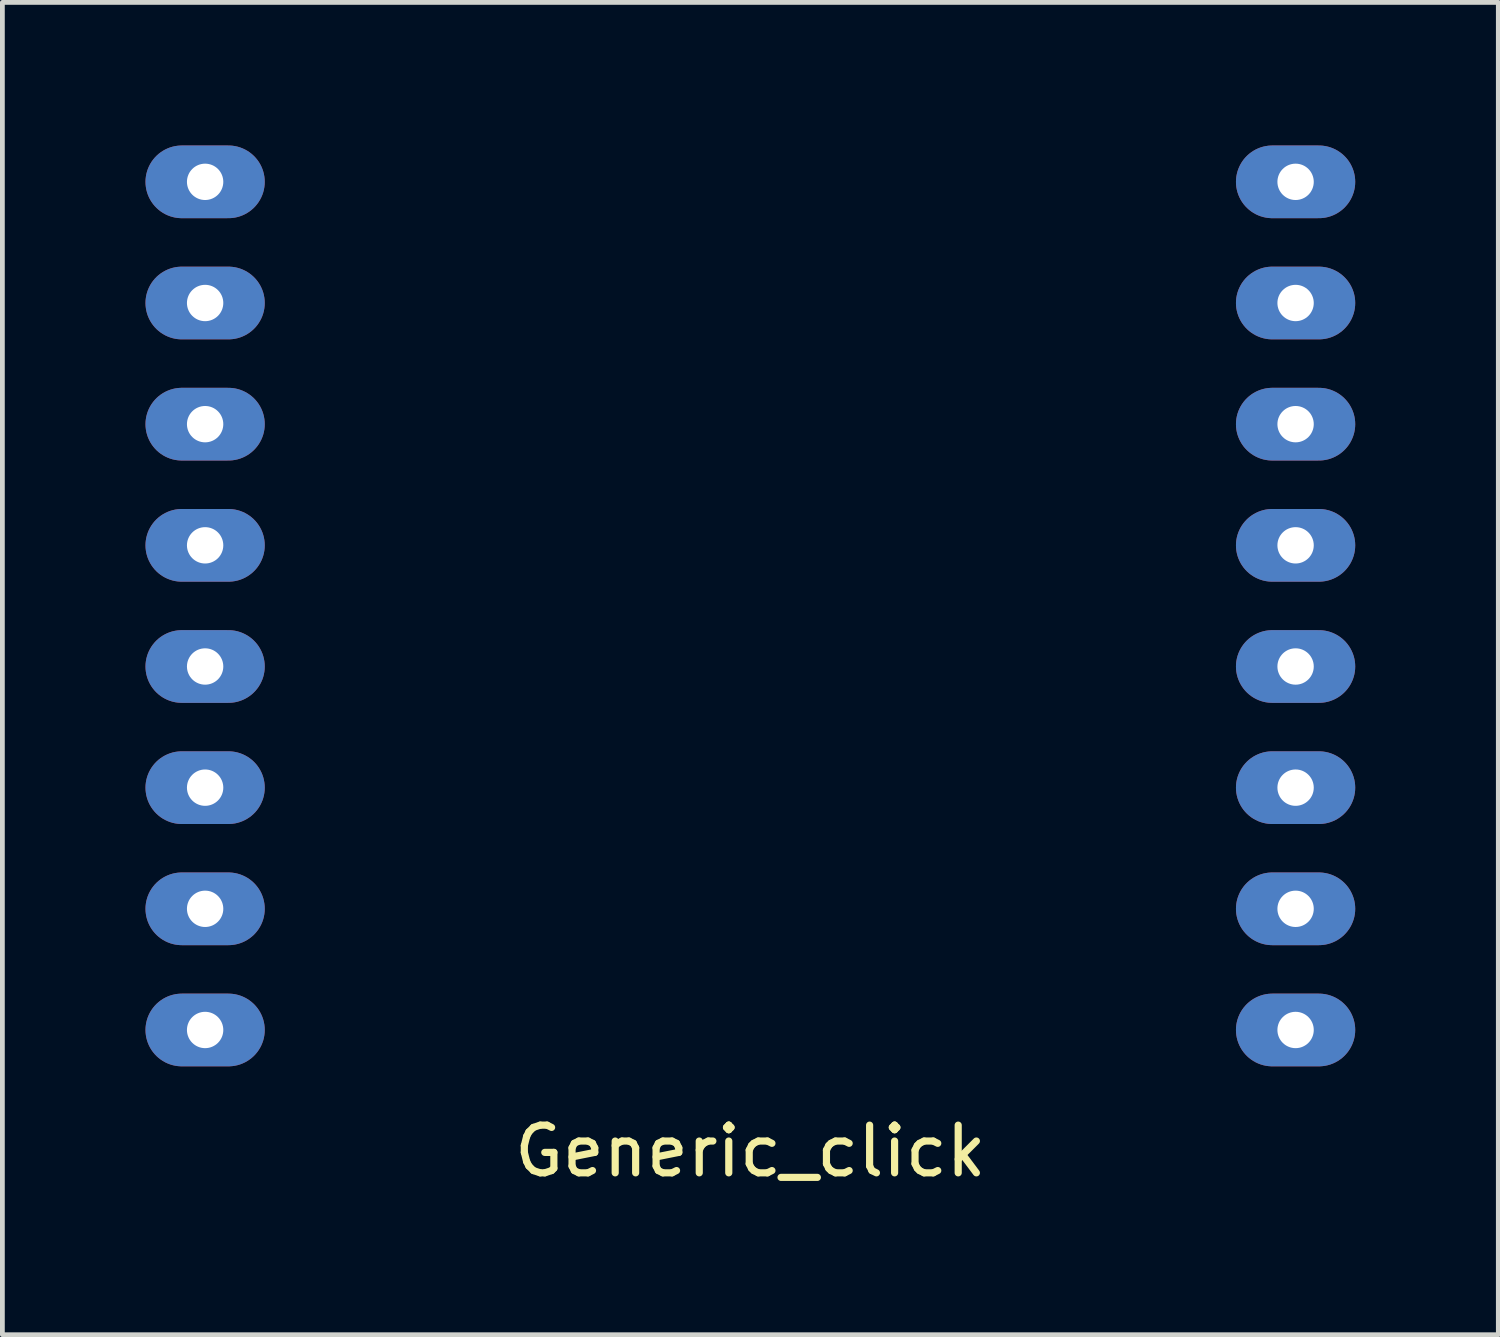
<source format=kicad_pcb>
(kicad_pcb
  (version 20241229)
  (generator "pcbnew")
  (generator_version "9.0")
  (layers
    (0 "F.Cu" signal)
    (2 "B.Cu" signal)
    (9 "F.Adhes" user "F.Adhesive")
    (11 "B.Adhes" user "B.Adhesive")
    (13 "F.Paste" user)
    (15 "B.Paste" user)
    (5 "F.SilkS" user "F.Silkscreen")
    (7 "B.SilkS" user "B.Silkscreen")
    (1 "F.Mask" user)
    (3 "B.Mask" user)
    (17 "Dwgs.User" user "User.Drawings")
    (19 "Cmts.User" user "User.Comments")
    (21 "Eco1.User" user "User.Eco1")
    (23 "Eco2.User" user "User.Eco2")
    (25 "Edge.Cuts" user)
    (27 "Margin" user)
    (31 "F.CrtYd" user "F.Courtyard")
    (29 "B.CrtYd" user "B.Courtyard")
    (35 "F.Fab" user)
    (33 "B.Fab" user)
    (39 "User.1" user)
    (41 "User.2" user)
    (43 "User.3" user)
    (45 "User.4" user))
  (footprint "Generic_click"
    (layer "F.Cu")
    (at 12.68 9.652)
    (property "Reference" "Generic_click" (at 0 11.43 0) (layer "F.SilkS") (effects (font (size 1 1) (thickness 0.15))))
    (attr through_hole)
    (pad "1" thru_hole oval (at -11.43 -8.89) (size 2.5 1.524) (drill 0.762) (layers "*.Cu" "*.Mask"))
    (pad "2" thru_hole oval (at -11.43 -6.35) (size 2.5 1.524) (drill 0.762) (layers "*.Cu" "*.Mask"))
    (pad "3" thru_hole oval (at -11.43 -3.81) (size 2.5 1.524) (drill 0.762) (layers "*.Cu" "*.Mask"))
    (pad "4" thru_hole oval (at -11.43 -1.27) (size 2.5 1.524) (drill 0.762) (layers "*.Cu" "*.Mask"))
    (pad "5" thru_hole oval (at -11.43 1.27) (size 2.5 1.524) (drill 0.762) (layers "*.Cu" "*.Mask"))
    (pad "6" thru_hole oval (at -11.43 3.81) (size 2.5 1.524) (drill 0.762) (layers "*.Cu" "*.Mask"))
    (pad "7" thru_hole oval (at -11.43 6.35) (size 2.5 1.524) (drill 0.762) (layers "*.Cu" "*.Mask"))
    (pad "8" thru_hole oval (at -11.43 8.89) (size 2.5 1.524) (drill 0.762) (layers "*.Cu" "*.Mask"))
    (pad "9" thru_hole oval (at 11.43 8.89) (size 2.5 1.524) (drill 0.762) (layers "*.Cu" "*.Mask"))
    (pad "10" thru_hole oval (at 11.43 6.35) (size 2.5 1.524) (drill 0.762) (layers "*.Cu" "*.Mask"))
    (pad "11" thru_hole oval (at 11.43 3.81) (size 2.5 1.524) (drill 0.762) (layers "*.Cu" "*.Mask"))
    (pad "12" thru_hole oval (at 11.43 1.27) (size 2.5 1.524) (drill 0.762) (layers "*.Cu" "*.Mask"))
    (pad "13" thru_hole oval (at 11.43 -1.27) (size 2.5 1.524) (drill 0.762) (layers "*.Cu" "*.Mask"))
    (pad "14" thru_hole oval (at 11.43 -3.81) (size 2.5 1.524) (drill 0.762) (layers "*.Cu" "*.Mask"))
    (pad "15" thru_hole oval (at 11.43 -6.35) (size 2.5 1.524) (drill 0.762) (layers "*.Cu" "*.Mask"))
    (pad "16" thru_hole oval (at 11.43 -8.89) (size 2.5 1.524) (drill 0.762) (layers "*.Cu" "*.Mask")))
  (gr_rect
    (start -3 -3)
    (end 28.36 24.93)
    (stroke (width 0.1) (type default))
    (fill no)
    (layer "Edge.Cuts")))
</source>
